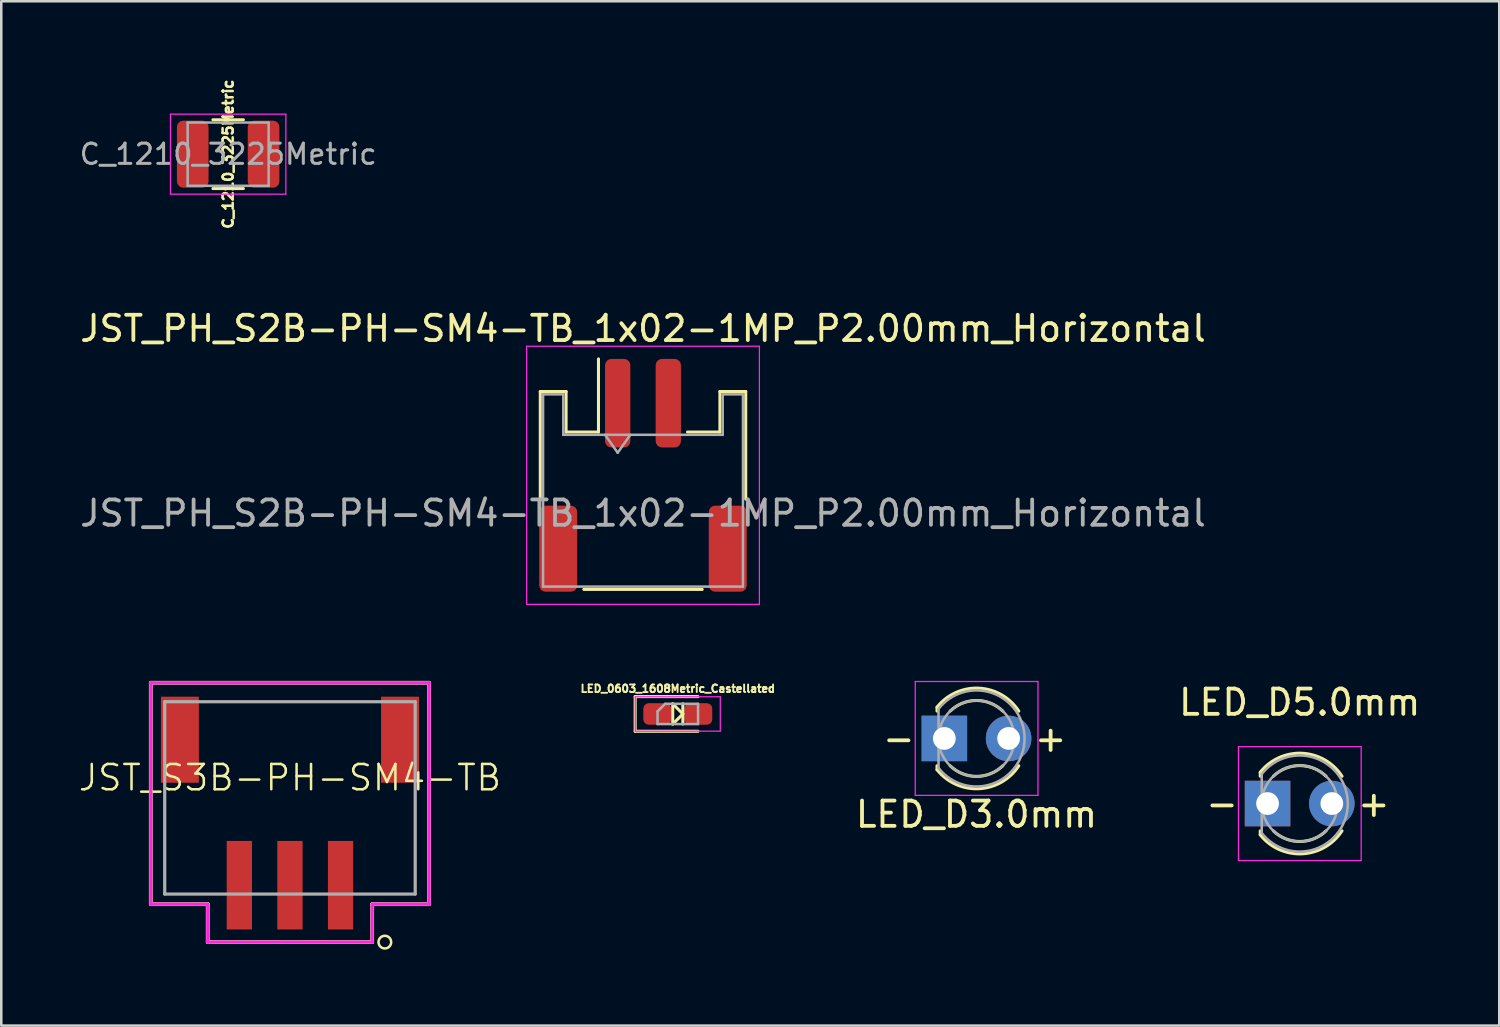
<source format=kicad_pcb>
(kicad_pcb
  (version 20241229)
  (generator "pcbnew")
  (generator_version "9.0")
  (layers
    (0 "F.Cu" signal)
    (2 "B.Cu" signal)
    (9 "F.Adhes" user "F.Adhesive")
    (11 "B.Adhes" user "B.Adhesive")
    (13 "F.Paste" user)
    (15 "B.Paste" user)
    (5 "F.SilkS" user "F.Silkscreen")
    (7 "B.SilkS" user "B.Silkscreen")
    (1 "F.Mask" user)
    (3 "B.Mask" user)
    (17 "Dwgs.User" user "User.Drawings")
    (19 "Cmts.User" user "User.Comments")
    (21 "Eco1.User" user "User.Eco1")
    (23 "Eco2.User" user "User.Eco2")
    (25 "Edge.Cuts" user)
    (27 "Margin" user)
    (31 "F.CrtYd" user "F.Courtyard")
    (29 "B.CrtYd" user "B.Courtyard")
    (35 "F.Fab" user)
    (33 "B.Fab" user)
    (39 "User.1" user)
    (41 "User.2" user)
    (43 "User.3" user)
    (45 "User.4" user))
  (footprint "LED_0603_1608Metric_Castellated"
    (layer "F.Cu")
    (at 23.738 25.167)
    (property "Reference" "LED_0603_1608Metric_Castellated" (at 0 -1 0) (layer "F.SilkS") (effects (font (size 0.3 0.3) (thickness 0.075))))
    (attr smd)
    (fp_line (start -1.685 -0.685) (end -1.685 0.685) (stroke (width 0.12) (type solid)) (layer "F.SilkS"))
    (fp_line (start -1.685 0.685) (end 0.8 0.685) (stroke (width 0.12) (type solid)) (layer "F.SilkS"))
    (fp_line (start -0.2 -0.4) (end -0.2 0.4) (stroke (width 0.12) (type solid)) (layer "F.SilkS"))
    (fp_line (start -0.2 -0.4) (end 0.2 0) (stroke (width 0.12) (type solid)) (layer "F.SilkS"))
    (fp_line (start 0.2 -0.4) (end 0.2 0.4) (stroke (width 0.12) (type solid)) (layer "F.SilkS"))
    (fp_line (start 0.2 0) (end -0.2 0.4) (stroke (width 0.12) (type solid)) (layer "F.SilkS"))
    (fp_line (start 0.8 -0.685) (end -1.685 -0.685) (stroke (width 0.12) (type solid)) (layer "F.SilkS"))
    (fp_line (start -1.68 -0.68) (end 1.68 -0.68) (stroke (width 0.05) (type solid)) (layer "F.CrtYd"))
    (fp_line (start -1.68 0.68) (end -1.68 -0.68) (stroke (width 0.05) (type solid)) (layer "F.CrtYd"))
    (fp_line (start 1.68 -0.68) (end 1.68 0.68) (stroke (width 0.05) (type solid)) (layer "F.CrtYd"))
    (fp_line (start 1.68 0.68) (end -1.68 0.68) (stroke (width 0.05) (type solid)) (layer "F.CrtYd"))
    (fp_line (start -0.8 -0.1) (end -0.8 0.4) (stroke (width 0.1) (type solid)) (layer "F.Fab"))
    (fp_line (start -0.8 0.4) (end 0.8 0.4) (stroke (width 0.1) (type solid)) (layer "F.Fab"))
    (fp_line (start -0.5 -0.4) (end -0.8 -0.1) (stroke (width 0.1) (type solid)) (layer "F.Fab"))
    (fp_line (start 0.8 -0.4) (end -0.5 -0.4) (stroke (width 0.1) (type solid)) (layer "F.Fab"))
    (fp_line (start 0.8 0.4) (end 0.8 -0.4) (stroke (width 0.1) (type solid)) (layer "F.Fab"))
    (pad "1" smd roundrect (at -0.812 0) (size 1.1 0.85) (layers "F.Cu" "F.Mask" "F.Paste") (roundrect_rratio 0.25))
    (pad "2" smd roundrect (at 0.812 0) (size 1.1 0.85) (layers "F.Cu" "F.Mask" "F.Paste") (roundrect_rratio 0.25)))
  (footprint "LED_D5.0mm"
    (layer "F.Cu")
    (at 48.317 28.708)
    (property "Reference" "LED_D5.0mm" (at 0 -4 0) (layer "F.SilkS") (effects (font (size 1 1) (thickness 0.15))))
    (attr through_hole)
    (fp_line (start -1.56 -1.236) (end -1.56 -1.08) (stroke (width 0.12) (type solid)) (layer "F.SilkS"))
    (fp_line (start -1.56 1.08) (end -1.56 1.236) (stroke (width 0.12) (type solid)) (layer "F.SilkS"))
    (fp_arc (start -1.56 -1.235516) (mid 0.096487 -1.987659) (end 1.672335 -1.078608) (stroke (width 0.12) (type solid)) (layer "F.SilkS"))
    (fp_arc (start -1.040961 -1.08) (mid 0.000117 -1.5) (end 1.04113 -1.079837) (stroke (width 0.12) (type solid)) (layer "F.SilkS"))
    (fp_arc (start 1.04113 1.079837) (mid 0.000117 1.5) (end -1.040961 1.08) (stroke (width 0.12) (type solid)) (layer "F.SilkS"))
    (fp_arc (start 1.672335 1.078608) (mid 0.096487 1.987659) (end -1.56 1.235516) (stroke (width 0.12) (type solid)) (layer "F.SilkS"))
    (fp_line (start -2.42 -2.25) (end -2.42 2.25) (stroke (width 0.05) (type solid)) (layer "F.CrtYd"))
    (fp_line (start -2.42 2.25) (end 2.43 2.25) (stroke (width 0.05) (type solid)) (layer "F.CrtYd"))
    (fp_line (start 2.43 -2.25) (end -2.42 -2.25) (stroke (width 0.05) (type solid)) (layer "F.CrtYd"))
    (fp_line (start 2.43 2.25) (end 2.43 -2.25) (stroke (width 0.05) (type solid)) (layer "F.CrtYd"))
    (fp_line (start -1.5 -1.166) (end -1.5 1.166) (stroke (width 0.1) (type solid)) (layer "F.Fab"))
    (fp_arc (start -1.5 -1.16619) (mid 1.9 0.000452) (end -1.500555 1.165476) (stroke (width 0.1) (type solid)) (layer "F.Fab"))
    (fp_circle (center 0 0) (end 1.5 0) (stroke (width 0.1) (type solid)) (fill no) (layer "F.Fab"))
    (fp_text user "+" (at 2.93 0 0) (layer "F.SilkS") (effects (font (size 1 1) (thickness 0.15))))
    (fp_text user "-" (at -3.07 0 0) (layer "F.SilkS") (effects (font (size 1 1) (thickness 0.15))))
    (pad "1" thru_hole rect (at -1.27 0) (size 1.8 1.8) (drill 0.9) (layers "*.Cu" "*.Mask"))
    (pad "2" thru_hole circle (at 1.27 0) (size 1.8 1.8) (drill 0.9) (layers "*.Cu" "*.Mask")))
  (footprint "JST_PH_S2B-PH-SM4-TB_1x02-1MP_P2.00mm_Horizontal"
    (layer "F.Cu")
    (at 22.363 15.735)
    (property "Reference" "JST_PH_S2B-PH-SM4-TB_1x02-1MP_P2.00mm_Horizontal" (at 0 -5.8 0) (layer "F.SilkS") (effects (font (size 1 1) (thickness 0.15))))
    (attr smd)
    (fp_line (start -4.06 -3.31) (end -3.04 -3.31) (stroke (width 0.12) (type solid)) (layer "F.SilkS"))
    (fp_line (start -4.06 0.94) (end -4.06 -3.31) (stroke (width 0.12) (type solid)) (layer "F.SilkS"))
    (fp_line (start -3.04 -3.31) (end -3.04 -1.71) (stroke (width 0.12) (type solid)) (layer "F.SilkS"))
    (fp_line (start -3.04 -1.71) (end -1.76 -1.71) (stroke (width 0.12) (type solid)) (layer "F.SilkS"))
    (fp_line (start -2.34 4.51) (end 2.34 4.51) (stroke (width 0.12) (type solid)) (layer "F.SilkS"))
    (fp_line (start -1.76 -1.71) (end -1.76 -4.6) (stroke (width 0.12) (type solid)) (layer "F.SilkS"))
    (fp_line (start 3.04 -3.31) (end 3.04 -1.71) (stroke (width 0.12) (type solid)) (layer "F.SilkS"))
    (fp_line (start 3.04 -1.71) (end 1.76 -1.71) (stroke (width 0.12) (type solid)) (layer "F.SilkS"))
    (fp_line (start 4.06 -3.31) (end 3.04 -3.31) (stroke (width 0.12) (type solid)) (layer "F.SilkS"))
    (fp_line (start 4.06 0.94) (end 4.06 -3.31) (stroke (width 0.12) (type solid)) (layer "F.SilkS"))
    (fp_line (start -4.6 -5.1) (end -4.6 5.1) (stroke (width 0.05) (type solid)) (layer "F.CrtYd"))
    (fp_line (start -4.6 5.1) (end 4.6 5.1) (stroke (width 0.05) (type solid)) (layer "F.CrtYd"))
    (fp_line (start 4.6 -5.1) (end -4.6 -5.1) (stroke (width 0.05) (type solid)) (layer "F.CrtYd"))
    (fp_line (start 4.6 5.1) (end 4.6 -5.1) (stroke (width 0.05) (type solid)) (layer "F.CrtYd"))
    (fp_line (start -3.95 -3.2) (end -3.95 4.4) (stroke (width 0.1) (type solid)) (layer "F.Fab"))
    (fp_line (start -3.95 -3.2) (end -3.15 -3.2) (stroke (width 0.1) (type solid)) (layer "F.Fab"))
    (fp_line (start -3.95 4.4) (end 3.95 4.4) (stroke (width 0.1) (type solid)) (layer "F.Fab"))
    (fp_line (start -3.15 -3.2) (end -3.15 -1.6) (stroke (width 0.1) (type solid)) (layer "F.Fab"))
    (fp_line (start -3.15 -1.6) (end 3.15 -1.6) (stroke (width 0.1) (type solid)) (layer "F.Fab"))
    (fp_line (start -1.5 -1.6) (end -1 -0.893) (stroke (width 0.1) (type solid)) (layer "F.Fab"))
    (fp_line (start -1 -0.893) (end -0.5 -1.6) (stroke (width 0.1) (type solid)) (layer "F.Fab"))
    (fp_line (start 3.15 -3.2) (end 3.95 -3.2) (stroke (width 0.1) (type solid)) (layer "F.Fab"))
    (fp_line (start 3.15 -1.6) (end 3.15 -3.2) (stroke (width 0.1) (type solid)) (layer "F.Fab"))
    (fp_line (start 3.95 -3.2) (end 3.95 4.4) (stroke (width 0.1) (type solid)) (layer "F.Fab"))
    (fp_text user "${REFERENCE}" (at 0 1.5 0) (layer "F.Fab") (effects (font (size 1 1) (thickness 0.15))))
    (pad "1" smd roundrect (at 1 -2.85) (size 1 3.5) (layers "F.Cu" "F.Mask" "F.Paste") (roundrect_rratio 0.25))
    (pad "2" smd roundrect (at -1 -2.85) (size 1 3.5) (layers "F.Cu" "F.Mask" "F.Paste") (roundrect_rratio 0.25))
    (pad "MP" smd roundrect (at -3.35 2.9) (size 1.5 3.4) (layers "F.Cu" "F.Mask" "F.Paste") (roundrect_rratio 0.167))
    (pad "MP" smd roundrect (at 3.35 2.9) (size 1.5 3.4) (layers "F.Cu" "F.Mask" "F.Paste") (roundrect_rratio 0.167)))
  (footprint "JST_S3B-PH-SM4-TB"
    (layer "F.Cu")
    (at 8.41 27.935)
    (property "Reference" "JST_S3B-PH-SM4-TB" (at 0 -0.25 180) (layer "F.SilkS") (effects (font (size 1 1) (thickness 0.1))))
    (attr through_hole)
    (fp_line (start -5.5 -4) (end 5.5 -4) (stroke (width 0.15) (type solid)) (layer "F.SilkS"))
    (fp_line (start -5.5 4.75) (end -5.5 -4) (stroke (width 0.15) (type solid)) (layer "F.SilkS"))
    (fp_line (start -3.25 4.75) (end -5.5 4.75) (stroke (width 0.15) (type solid)) (layer "F.SilkS"))
    (fp_line (start -3.25 6.25) (end -3.25 4.75) (stroke (width 0.15) (type solid)) (layer "F.SilkS"))
    (fp_line (start 3.25 4.75) (end 3.25 6.25) (stroke (width 0.15) (type solid)) (layer "F.SilkS"))
    (fp_line (start 3.25 6.25) (end -3.25 6.25) (stroke (width 0.15) (type solid)) (layer "F.SilkS"))
    (fp_line (start 5.5 -4) (end 5.5 4.75) (stroke (width 0.15) (type solid)) (layer "F.SilkS"))
    (fp_line (start 5.5 4.75) (end 3.25 4.75) (stroke (width 0.15) (type solid)) (layer "F.SilkS"))
    (fp_circle (center 3.75 6.25) (end 4 6.25) (stroke (width 0.1) (type solid)) (fill no) (layer "F.SilkS"))
    (fp_line (start -5.5 -4) (end 5.5 -4) (stroke (width 0.127) (type solid)) (layer "F.CrtYd"))
    (fp_line (start -5.5 4.75) (end -5.5 -4) (stroke (width 0.127) (type solid)) (layer "F.CrtYd"))
    (fp_line (start -3.25 4.75) (end -5.5 4.75) (stroke (width 0.127) (type solid)) (layer "F.CrtYd"))
    (fp_line (start -3.25 6.25) (end -3.25 4.75) (stroke (width 0.127) (type solid)) (layer "F.CrtYd"))
    (fp_line (start 3.25 4.75) (end 3.25 6.25) (stroke (width 0.127) (type solid)) (layer "F.CrtYd"))
    (fp_line (start 3.25 6.25) (end -3.25 6.25) (stroke (width 0.127) (type solid)) (layer "F.CrtYd"))
    (fp_line (start 5.5 -4) (end 5.5 4.75) (stroke (width 0.127) (type solid)) (layer "F.CrtYd"))
    (fp_line (start 5.5 4.75) (end 3.25 4.75) (stroke (width 0.127) (type solid)) (layer "F.CrtYd"))
    (fp_line (start -4.95 -3.25) (end -4.95 4.35) (stroke (width 0.127) (type solid)) (layer "F.Fab"))
    (fp_line (start -4.95 4.35) (end 4.95 4.35) (stroke (width 0.127) (type solid)) (layer "F.Fab"))
    (fp_line (start 4.95 -3.25) (end -4.95 -3.25) (stroke (width 0.127) (type solid)) (layer "F.Fab"))
    (fp_line (start 4.95 4.35) (end 4.95 -3.25) (stroke (width 0.127) (type solid)) (layer "F.Fab"))
    (pad "1" smd rect (at 2 4) (size 1 3.5) (layers "F.Cu" "F.Mask" "F.Paste"))
    (pad "2" smd rect (at 0 4) (size 1 3.5) (layers "F.Cu" "F.Mask" "F.Paste"))
    (pad "3" smd rect (at -2 4) (size 1 3.5) (layers "F.Cu" "F.Mask" "F.Paste"))
    (pad "P1" smd rect (at 4.35 -1.75) (size 1.5 3.4) (layers "F.Cu" "F.Mask" "F.Paste"))
    (pad "P2" smd rect (at -4.35 -1.75) (size 1.5 3.4) (layers "F.Cu" "F.Mask" "F.Paste")))
  (footprint "LED_D3.0mm"
    (layer "F.Cu")
    (at 35.543 26.135)
    (property "Reference" "LED_D3.0mm" (at 0 3 0) (layer "F.SilkS") (effects (font (size 1 1) (thickness 0.15))))
    (attr through_hole)
    (fp_line (start -1.56 -1.236) (end -1.56 -1.08) (stroke (width 0.12) (type solid)) (layer "F.SilkS"))
    (fp_line (start -1.56 1.08) (end -1.56 1.236) (stroke (width 0.12) (type solid)) (layer "F.SilkS"))
    (fp_arc (start -1.56 -1.235516) (mid 0.096487 -1.987659) (end 1.672335 -1.078608) (stroke (width 0.12) (type solid)) (layer "F.SilkS"))
    (fp_arc (start -1.040961 -1.08) (mid 0.000117 -1.5) (end 1.04113 -1.079837) (stroke (width 0.12) (type solid)) (layer "F.SilkS"))
    (fp_arc (start 1.04113 1.079837) (mid 0.000117 1.5) (end -1.040961 1.08) (stroke (width 0.12) (type solid)) (layer "F.SilkS"))
    (fp_arc (start 1.672335 1.078608) (mid 0.096487 1.987659) (end -1.56 1.235516) (stroke (width 0.12) (type solid)) (layer "F.SilkS"))
    (fp_line (start -2.42 -2.25) (end -2.42 2.25) (stroke (width 0.05) (type solid)) (layer "F.CrtYd"))
    (fp_line (start -2.42 2.25) (end 2.43 2.25) (stroke (width 0.05) (type solid)) (layer "F.CrtYd"))
    (fp_line (start 2.43 -2.25) (end -2.42 -2.25) (stroke (width 0.05) (type solid)) (layer "F.CrtYd"))
    (fp_line (start 2.43 2.25) (end 2.43 -2.25) (stroke (width 0.05) (type solid)) (layer "F.CrtYd"))
    (fp_line (start -1.5 -1.166) (end -1.5 1.166) (stroke (width 0.1) (type solid)) (layer "F.Fab"))
    (fp_arc (start -1.5 -1.16619) (mid 1.9 0.000452) (end -1.500555 1.165476) (stroke (width 0.1) (type solid)) (layer "F.Fab"))
    (fp_circle (center 0 0) (end 1.5 0) (stroke (width 0.1) (type solid)) (fill no) (layer "F.Fab"))
    (fp_text user "-" (at -3.07 0 0) (layer "F.SilkS") (effects (font (size 1 1) (thickness 0.15))))
    (fp_text user "+" (at 2.93 0 0) (layer "F.SilkS") (effects (font (size 1 1) (thickness 0.15))))
    (pad "1" thru_hole rect (at -1.27 0) (size 1.8 1.8) (drill 0.9) (layers "*.Cu" "*.Mask"))
    (pad "2" thru_hole circle (at 1.27 0) (size 1.8 1.8) (drill 0.9) (layers "*.Cu" "*.Mask")))
  (footprint "C_1210_3225Metric"
    (layer "F.Cu")
    (at 5.967 3.043)
    (property "Reference" "C_1210_3225Metric" (at 0 0 90) (layer "F.SilkS") (effects (font (size 0.4 0.4) (thickness 0.1))))
    (attr smd)
    (fp_line (start -0.602 -1.36) (end 0.602 -1.36) (stroke (width 0.12) (type solid)) (layer "F.SilkS"))
    (fp_line (start -0.602 1.36) (end 0.602 1.36) (stroke (width 0.12) (type solid)) (layer "F.SilkS"))
    (fp_line (start -2.28 -1.58) (end 2.28 -1.58) (stroke (width 0.05) (type solid)) (layer "F.CrtYd"))
    (fp_line (start -2.28 1.58) (end -2.28 -1.58) (stroke (width 0.05) (type solid)) (layer "F.CrtYd"))
    (fp_line (start 2.28 -1.58) (end 2.28 1.58) (stroke (width 0.05) (type solid)) (layer "F.CrtYd"))
    (fp_line (start 2.28 1.58) (end -2.28 1.58) (stroke (width 0.05) (type solid)) (layer "F.CrtYd"))
    (fp_line (start -1.6 -1.25) (end 1.6 -1.25) (stroke (width 0.1) (type solid)) (layer "F.Fab"))
    (fp_line (start -1.6 1.25) (end -1.6 -1.25) (stroke (width 0.1) (type solid)) (layer "F.Fab"))
    (fp_line (start 1.6 -1.25) (end 1.6 1.25) (stroke (width 0.1) (type solid)) (layer "F.Fab"))
    (fp_line (start 1.6 1.25) (end -1.6 1.25) (stroke (width 0.1) (type solid)) (layer "F.Fab"))
    (fp_text user "${REFERENCE}" (at 0 0 0) (layer "F.Fab") (effects (font (size 0.8 0.8) (thickness 0.12))))
    (pad "1" smd roundrect (at -1.4 0) (size 1.25 2.65) (layers "F.Cu" "F.Mask" "F.Paste") (roundrect_rratio 0.2))
    (pad "2" smd roundrect (at 1.4 0) (size 1.25 2.65) (layers "F.Cu" "F.Mask" "F.Paste") (roundrect_rratio 0.2)))
  (gr_rect
    (start -3 -3)
    (end 56.204 37.485)
    (stroke (width 0.1) (type default))
    (fill no)
    (layer "Edge.Cuts")))
</source>
